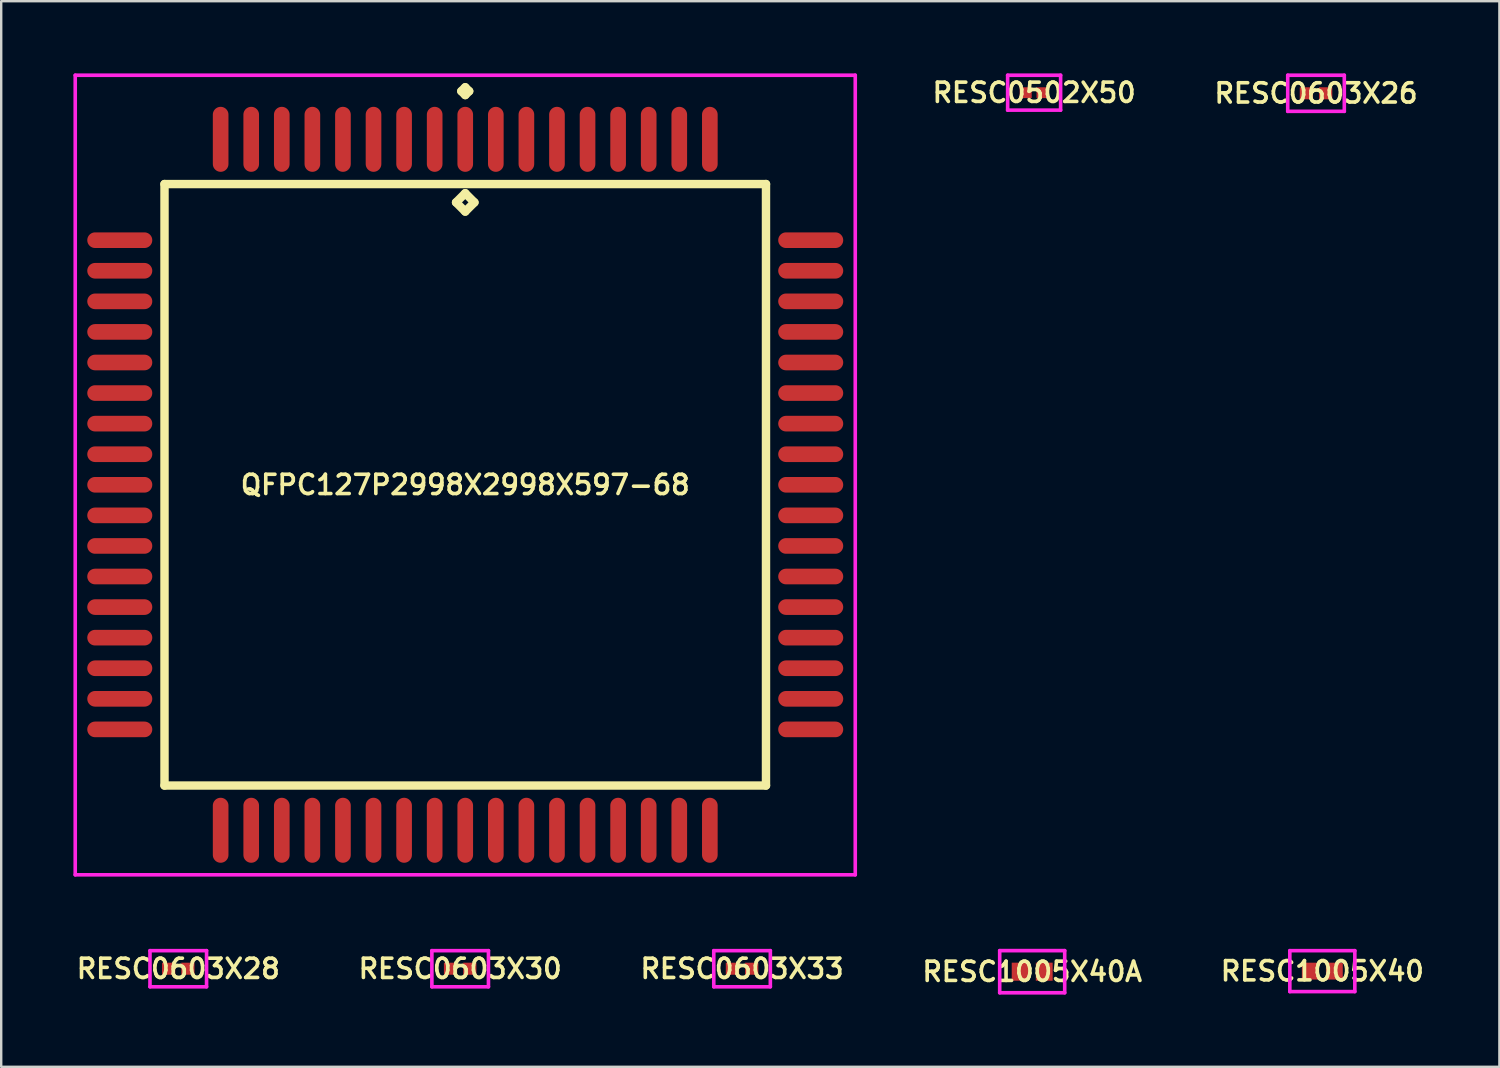
<source format=kicad_pcb>
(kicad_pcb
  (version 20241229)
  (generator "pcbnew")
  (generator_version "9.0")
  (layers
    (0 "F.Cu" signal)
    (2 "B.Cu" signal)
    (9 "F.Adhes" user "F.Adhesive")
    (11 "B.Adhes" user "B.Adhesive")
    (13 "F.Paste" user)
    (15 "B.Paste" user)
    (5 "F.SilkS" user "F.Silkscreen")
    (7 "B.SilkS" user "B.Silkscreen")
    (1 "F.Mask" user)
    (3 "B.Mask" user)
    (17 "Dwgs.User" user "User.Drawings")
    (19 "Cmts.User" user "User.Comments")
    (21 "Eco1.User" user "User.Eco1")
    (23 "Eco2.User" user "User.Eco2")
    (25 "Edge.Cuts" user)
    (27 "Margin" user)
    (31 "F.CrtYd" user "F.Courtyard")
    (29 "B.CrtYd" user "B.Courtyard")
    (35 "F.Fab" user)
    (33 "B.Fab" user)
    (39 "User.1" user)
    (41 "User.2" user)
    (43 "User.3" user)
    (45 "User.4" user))
  (footprint "QFPC127P2998X2998X597-68"
    (layer "F.Cu")
    (at 16.275 17.087)
    (property "Reference" "QFPC127P2998X2998X597-68" (at 0 0 0) (layer "F.SilkS") (effects (font (size 0.8 0.8) (thickness 0.15))))
    (attr smd)
    (fp_line (start -12.492 -12.492) (end -12.492 12.492) (stroke (width 0.35) (type solid)) (layer "F.SilkS"))
    (fp_line (start -12.492 12.492) (end 12.492 12.492) (stroke (width 0.35) (type solid)) (layer "F.SilkS"))
    (fp_line (start -0.381 -11.73) (end 0 -12.111) (stroke (width 0.35) (type solid)) (layer "F.SilkS"))
    (fp_line (start -0.163 -16.35) (end 0 -16.512) (stroke (width 0.35) (type solid)) (layer "F.SilkS"))
    (fp_line (start 0 -16.512) (end 0.163 -16.35) (stroke (width 0.35) (type solid)) (layer "F.SilkS"))
    (fp_line (start 0 -16.188) (end -0.163 -16.35) (stroke (width 0.35) (type solid)) (layer "F.SilkS"))
    (fp_line (start 0 -12.111) (end 0.381 -11.73) (stroke (width 0.35) (type solid)) (layer "F.SilkS"))
    (fp_line (start 0 -11.349) (end -0.381 -11.73) (stroke (width 0.35) (type solid)) (layer "F.SilkS"))
    (fp_line (start 0.163 -16.35) (end 0 -16.188) (stroke (width 0.35) (type solid)) (layer "F.SilkS"))
    (fp_line (start 0.381 -11.73) (end 0 -11.349) (stroke (width 0.35) (type solid)) (layer "F.SilkS"))
    (fp_line (start 12.492 -12.492) (end -12.492 -12.492) (stroke (width 0.35) (type solid)) (layer "F.SilkS"))
    (fp_line (start 12.492 12.492) (end 12.492 -12.492) (stroke (width 0.35) (type solid)) (layer "F.SilkS"))
    (fp_line (start -16.2 -17.012) (end 16.2 -17.012) (stroke (width 0.15) (type solid)) (layer "F.CrtYd"))
    (fp_line (start -16.2 16.2) (end -16.2 -17.012) (stroke (width 0.15) (type solid)) (layer "F.CrtYd"))
    (fp_line (start 16.2 -17.012) (end 16.2 16.2) (stroke (width 0.15) (type solid)) (layer "F.CrtYd"))
    (fp_line (start 16.2 16.2) (end -16.2 16.2) (stroke (width 0.15) (type solid)) (layer "F.CrtYd"))
    (pad "1" smd oval (at 0 -14.35) (size 0.65 2.7) (layers "F.Cu" "F.Mask" "F.Paste"))
    (pad "2" smd oval (at -1.27 -14.35) (size 0.65 2.7) (layers "F.Cu" "F.Mask" "F.Paste"))
    (pad "3" smd oval (at -2.54 -14.35) (size 0.65 2.7) (layers "F.Cu" "F.Mask" "F.Paste"))
    (pad "4" smd oval (at -3.81 -14.35) (size 0.65 2.7) (layers "F.Cu" "F.Mask" "F.Paste"))
    (pad "5" smd oval (at -5.08 -14.35) (size 0.65 2.7) (layers "F.Cu" "F.Mask" "F.Paste"))
    (pad "6" smd oval (at -6.35 -14.35) (size 0.65 2.7) (layers "F.Cu" "F.Mask" "F.Paste"))
    (pad "7" smd oval (at -7.62 -14.35) (size 0.65 2.7) (layers "F.Cu" "F.Mask" "F.Paste"))
    (pad "8" smd oval (at -8.89 -14.35) (size 0.65 2.7) (layers "F.Cu" "F.Mask" "F.Paste"))
    (pad "9" smd oval (at -10.16 -14.35) (size 0.65 2.7) (layers "F.Cu" "F.Mask" "F.Paste"))
    (pad "10" smd oval (at -14.35 -10.16) (size 2.7 0.65) (layers "F.Cu" "F.Mask" "F.Paste"))
    (pad "11" smd oval (at -14.35 -8.89) (size 2.7 0.65) (layers "F.Cu" "F.Mask" "F.Paste"))
    (pad "12" smd oval (at -14.35 -7.62) (size 2.7 0.65) (layers "F.Cu" "F.Mask" "F.Paste"))
    (pad "13" smd oval (at -14.35 -6.35) (size 2.7 0.65) (layers "F.Cu" "F.Mask" "F.Paste"))
    (pad "14" smd oval (at -14.35 -5.08) (size 2.7 0.65) (layers "F.Cu" "F.Mask" "F.Paste"))
    (pad "15" smd oval (at -14.35 -3.81) (size 2.7 0.65) (layers "F.Cu" "F.Mask" "F.Paste"))
    (pad "16" smd oval (at -14.35 -2.54) (size 2.7 0.65) (layers "F.Cu" "F.Mask" "F.Paste"))
    (pad "17" smd oval (at -14.35 -1.27) (size 2.7 0.65) (layers "F.Cu" "F.Mask" "F.Paste"))
    (pad "18" smd oval (at -14.35 0) (size 2.7 0.65) (layers "F.Cu" "F.Mask" "F.Paste"))
    (pad "19" smd oval (at -14.35 1.27) (size 2.7 0.65) (layers "F.Cu" "F.Mask" "F.Paste"))
    (pad "20" smd oval (at -14.35 2.54) (size 2.7 0.65) (layers "F.Cu" "F.Mask" "F.Paste"))
    (pad "21" smd oval (at -14.35 3.81) (size 2.7 0.65) (layers "F.Cu" "F.Mask" "F.Paste"))
    (pad "22" smd oval (at -14.35 5.08) (size 2.7 0.65) (layers "F.Cu" "F.Mask" "F.Paste"))
    (pad "23" smd oval (at -14.35 6.35) (size 2.7 0.65) (layers "F.Cu" "F.Mask" "F.Paste"))
    (pad "24" smd oval (at -14.35 7.62) (size 2.7 0.65) (layers "F.Cu" "F.Mask" "F.Paste"))
    (pad "25" smd oval (at -14.35 8.89) (size 2.7 0.65) (layers "F.Cu" "F.Mask" "F.Paste"))
    (pad "26" smd oval (at -14.35 10.16) (size 2.7 0.65) (layers "F.Cu" "F.Mask" "F.Paste"))
    (pad "27" smd oval (at -10.16 14.35) (size 0.65 2.7) (layers "F.Cu" "F.Mask" "F.Paste"))
    (pad "28" smd oval (at -8.89 14.35) (size 0.65 2.7) (layers "F.Cu" "F.Mask" "F.Paste"))
    (pad "29" smd oval (at -7.62 14.35) (size 0.65 2.7) (layers "F.Cu" "F.Mask" "F.Paste"))
    (pad "30" smd oval (at -6.35 14.35) (size 0.65 2.7) (layers "F.Cu" "F.Mask" "F.Paste"))
    (pad "31" smd oval (at -5.08 14.35) (size 0.65 2.7) (layers "F.Cu" "F.Mask" "F.Paste"))
    (pad "32" smd oval (at -3.81 14.35) (size 0.65 2.7) (layers "F.Cu" "F.Mask" "F.Paste"))
    (pad "33" smd oval (at -2.54 14.35) (size 0.65 2.7) (layers "F.Cu" "F.Mask" "F.Paste"))
    (pad "34" smd oval (at -1.27 14.35) (size 0.65 2.7) (layers "F.Cu" "F.Mask" "F.Paste"))
    (pad "35" smd oval (at 0 14.35) (size 0.65 2.7) (layers "F.Cu" "F.Mask" "F.Paste"))
    (pad "36" smd oval (at 1.27 14.35) (size 0.65 2.7) (layers "F.Cu" "F.Mask" "F.Paste"))
    (pad "37" smd oval (at 2.54 14.35) (size 0.65 2.7) (layers "F.Cu" "F.Mask" "F.Paste"))
    (pad "38" smd oval (at 3.81 14.35) (size 0.65 2.7) (layers "F.Cu" "F.Mask" "F.Paste"))
    (pad "39" smd oval (at 5.08 14.35) (size 0.65 2.7) (layers "F.Cu" "F.Mask" "F.Paste"))
    (pad "40" smd oval (at 6.35 14.35) (size 0.65 2.7) (layers "F.Cu" "F.Mask" "F.Paste"))
    (pad "41" smd oval (at 7.62 14.35) (size 0.65 2.7) (layers "F.Cu" "F.Mask" "F.Paste"))
    (pad "42" smd oval (at 8.89 14.35) (size 0.65 2.7) (layers "F.Cu" "F.Mask" "F.Paste"))
    (pad "43" smd oval (at 10.16 14.35) (size 0.65 2.7) (layers "F.Cu" "F.Mask" "F.Paste"))
    (pad "44" smd oval (at 14.35 10.16) (size 2.7 0.65) (layers "F.Cu" "F.Mask" "F.Paste"))
    (pad "45" smd oval (at 14.35 8.89) (size 2.7 0.65) (layers "F.Cu" "F.Mask" "F.Paste"))
    (pad "46" smd oval (at 14.35 7.62) (size 2.7 0.65) (layers "F.Cu" "F.Mask" "F.Paste"))
    (pad "47" smd oval (at 14.35 6.35) (size 2.7 0.65) (layers "F.Cu" "F.Mask" "F.Paste"))
    (pad "48" smd oval (at 14.35 5.08) (size 2.7 0.65) (layers "F.Cu" "F.Mask" "F.Paste"))
    (pad "49" smd oval (at 14.35 3.81) (size 2.7 0.65) (layers "F.Cu" "F.Mask" "F.Paste"))
    (pad "50" smd oval (at 14.35 2.54) (size 2.7 0.65) (layers "F.Cu" "F.Mask" "F.Paste"))
    (pad "51" smd oval (at 14.35 1.27) (size 2.7 0.65) (layers "F.Cu" "F.Mask" "F.Paste"))
    (pad "52" smd oval (at 14.35 0) (size 2.7 0.65) (layers "F.Cu" "F.Mask" "F.Paste"))
    (pad "53" smd oval (at 14.35 -1.27) (size 2.7 0.65) (layers "F.Cu" "F.Mask" "F.Paste"))
    (pad "54" smd oval (at 14.35 -2.54) (size 2.7 0.65) (layers "F.Cu" "F.Mask" "F.Paste"))
    (pad "55" smd oval (at 14.35 -3.81) (size 2.7 0.65) (layers "F.Cu" "F.Mask" "F.Paste"))
    (pad "56" smd oval (at 14.35 -5.08) (size 2.7 0.65) (layers "F.Cu" "F.Mask" "F.Paste"))
    (pad "57" smd oval (at 14.35 -6.35) (size 2.7 0.65) (layers "F.Cu" "F.Mask" "F.Paste"))
    (pad "58" smd oval (at 14.35 -7.62) (size 2.7 0.65) (layers "F.Cu" "F.Mask" "F.Paste"))
    (pad "59" smd oval (at 14.35 -8.89) (size 2.7 0.65) (layers "F.Cu" "F.Mask" "F.Paste"))
    (pad "60" smd oval (at 14.35 -10.16) (size 2.7 0.65) (layers "F.Cu" "F.Mask" "F.Paste"))
    (pad "61" smd oval (at 10.16 -14.35) (size 0.65 2.7) (layers "F.Cu" "F.Mask" "F.Paste"))
    (pad "62" smd oval (at 8.89 -14.35) (size 0.65 2.7) (layers "F.Cu" "F.Mask" "F.Paste"))
    (pad "63" smd oval (at 7.62 -14.35) (size 0.65 2.7) (layers "F.Cu" "F.Mask" "F.Paste"))
    (pad "64" smd oval (at 6.35 -14.35) (size 0.65 2.7) (layers "F.Cu" "F.Mask" "F.Paste"))
    (pad "65" smd oval (at 5.08 -14.35) (size 0.65 2.7) (layers "F.Cu" "F.Mask" "F.Paste"))
    (pad "66" smd oval (at 3.81 -14.35) (size 0.65 2.7) (layers "F.Cu" "F.Mask" "F.Paste"))
    (pad "67" smd oval (at 2.54 -14.35) (size 0.65 2.7) (layers "F.Cu" "F.Mask" "F.Paste"))
    (pad "68" smd oval (at 1.27 -14.35) (size 0.65 2.7) (layers "F.Cu" "F.Mask" "F.Paste")))
  (footprint "RESC0502X50"
    (layer "F.Cu")
    (at 39.905 0.8)
    (property "Reference" "RESC0502X50" (at 0 0 0) (layer "F.SilkS") (effects (font (size 0.8 0.8) (thickness 0.15))))
    (attr smd)
    (fp_line (start -1.1 -0.725) (end 1.1 -0.725) (stroke (width 0.15) (type solid)) (layer "F.CrtYd"))
    (fp_line (start -1.1 0.725) (end -1.1 -0.725) (stroke (width 0.15) (type solid)) (layer "F.CrtYd"))
    (fp_line (start 1.1 -0.725) (end 1.1 0.725) (stroke (width 0.15) (type solid)) (layer "F.CrtYd"))
    (fp_line (start 1.1 0.725) (end -1.1 0.725) (stroke (width 0.15) (type solid)) (layer "F.CrtYd"))
    (pad "1" smd rect (at -0.35 0) (size 0.5 0.45) (layers "F.Cu" "F.Mask" "F.Paste"))
    (pad "2" smd rect (at 0.35 0) (size 0.5 0.45) (layers "F.Cu" "F.Mask" "F.Paste")))
  (footprint "RESC1005X40"
    (layer "F.Cu")
    (at 51.876 37.288)
    (property "Reference" "RESC1005X40" (at 0 0 0) (layer "F.SilkS") (effects (font (size 0.8 0.8) (thickness 0.15))))
    (attr smd)
    (fp_line (start -1.35 -0.85) (end 1.35 -0.85) (stroke (width 0.15) (type solid)) (layer "F.CrtYd"))
    (fp_line (start -1.35 0.85) (end -1.35 -0.85) (stroke (width 0.15) (type solid)) (layer "F.CrtYd"))
    (fp_line (start 1.35 -0.85) (end 1.35 0.85) (stroke (width 0.15) (type solid)) (layer "F.CrtYd"))
    (fp_line (start 1.35 0.85) (end -1.35 0.85) (stroke (width 0.15) (type solid)) (layer "F.CrtYd"))
    (pad "1" smd rect (at -0.5 0) (size 0.7 0.7) (layers "F.Cu" "F.Mask" "F.Paste"))
    (pad "2" smd rect (at 0.5 0) (size 0.7 0.7) (layers "F.Cu" "F.Mask" "F.Paste")))
  (footprint "RESC0603X26"
    (layer "F.Cu")
    (at 51.614 0.825)
    (property "Reference" "RESC0603X26" (at 0 0 0) (layer "F.SilkS") (effects (font (size 0.8 0.8) (thickness 0.15))))
    (attr smd)
    (fp_line (start -1.175 -0.75) (end 1.175 -0.75) (stroke (width 0.15) (type solid)) (layer "F.CrtYd"))
    (fp_line (start -1.175 0.75) (end -1.175 -0.75) (stroke (width 0.15) (type solid)) (layer "F.CrtYd"))
    (fp_line (start 1.175 -0.75) (end 1.175 0.75) (stroke (width 0.15) (type solid)) (layer "F.CrtYd"))
    (fp_line (start 1.175 0.75) (end -1.175 0.75) (stroke (width 0.15) (type solid)) (layer "F.CrtYd"))
    (pad "1" smd rect (at -0.4 0) (size 0.55 0.5) (layers "F.Cu" "F.Mask" "F.Paste"))
    (pad "2" smd rect (at 0.4 0) (size 0.55 0.5) (layers "F.Cu" "F.Mask" "F.Paste")))
  (footprint "RESC0603X30"
    (layer "F.Cu")
    (at 16.064 37.188)
    (property "Reference" "RESC0603X30" (at 0 0 0) (layer "F.SilkS") (effects (font (size 0.8 0.8) (thickness 0.15))))
    (attr smd)
    (fp_line (start -1.175 -0.75) (end 1.175 -0.75) (stroke (width 0.15) (type solid)) (layer "F.CrtYd"))
    (fp_line (start -1.175 0.75) (end -1.175 -0.75) (stroke (width 0.15) (type solid)) (layer "F.CrtYd"))
    (fp_line (start 1.175 -0.75) (end 1.175 0.75) (stroke (width 0.15) (type solid)) (layer "F.CrtYd"))
    (fp_line (start 1.175 0.75) (end -1.175 0.75) (stroke (width 0.15) (type solid)) (layer "F.CrtYd"))
    (pad "1" smd rect (at -0.4 0) (size 0.55 0.5) (layers "F.Cu" "F.Mask" "F.Paste"))
    (pad "2" smd rect (at 0.4 0) (size 0.55 0.5) (layers "F.Cu" "F.Mask" "F.Paste")))
  (footprint "RESC1005X40A"
    (layer "F.Cu")
    (at 39.825 37.312)
    (property "Reference" "RESC1005X40A" (at 0 0 0) (layer "F.SilkS") (effects (font (size 0.8 0.8) (thickness 0.15))))
    (attr smd)
    (fp_line (start -1.35 -0.875) (end 1.35 -0.875) (stroke (width 0.15) (type solid)) (layer "F.CrtYd"))
    (fp_line (start -1.35 0.875) (end -1.35 -0.875) (stroke (width 0.15) (type solid)) (layer "F.CrtYd"))
    (fp_line (start 1.35 -0.875) (end 1.35 0.875) (stroke (width 0.15) (type solid)) (layer "F.CrtYd"))
    (fp_line (start 1.35 0.875) (end -1.35 0.875) (stroke (width 0.15) (type solid)) (layer "F.CrtYd"))
    (pad "1" smd rect (at -0.5 0) (size 0.7 0.75) (layers "F.Cu" "F.Mask" "F.Paste"))
    (pad "2" smd rect (at 0.5 0) (size 0.7 0.75) (layers "F.Cu" "F.Mask" "F.Paste")))
  (footprint "RESC0603X33"
    (layer "F.Cu")
    (at 27.773 37.188)
    (property "Reference" "RESC0603X33" (at 0 0 0) (layer "F.SilkS") (effects (font (size 0.8 0.8) (thickness 0.15))))
    (attr smd)
    (fp_line (start -1.175 -0.75) (end 1.175 -0.75) (stroke (width 0.15) (type solid)) (layer "F.CrtYd"))
    (fp_line (start -1.175 0.75) (end -1.175 -0.75) (stroke (width 0.15) (type solid)) (layer "F.CrtYd"))
    (fp_line (start 1.175 -0.75) (end 1.175 0.75) (stroke (width 0.15) (type solid)) (layer "F.CrtYd"))
    (fp_line (start 1.175 0.75) (end -1.175 0.75) (stroke (width 0.15) (type solid)) (layer "F.CrtYd"))
    (pad "1" smd rect (at -0.4 0) (size 0.55 0.5) (layers "F.Cu" "F.Mask" "F.Paste"))
    (pad "2" smd rect (at 0.4 0) (size 0.55 0.5) (layers "F.Cu" "F.Mask" "F.Paste")))
  (footprint "RESC0603X28"
    (layer "F.Cu")
    (at 4.355 37.188)
    (property "Reference" "RESC0603X28" (at 0 0 0) (layer "F.SilkS") (effects (font (size 0.8 0.8) (thickness 0.15))))
    (attr smd)
    (fp_line (start -1.175 -0.75) (end 1.175 -0.75) (stroke (width 0.15) (type solid)) (layer "F.CrtYd"))
    (fp_line (start -1.175 0.75) (end -1.175 -0.75) (stroke (width 0.15) (type solid)) (layer "F.CrtYd"))
    (fp_line (start 1.175 -0.75) (end 1.175 0.75) (stroke (width 0.15) (type solid)) (layer "F.CrtYd"))
    (fp_line (start 1.175 0.75) (end -1.175 0.75) (stroke (width 0.15) (type solid)) (layer "F.CrtYd"))
    (pad "1" smd rect (at -0.4 0) (size 0.55 0.5) (layers "F.Cu" "F.Mask" "F.Paste"))
    (pad "2" smd rect (at 0.4 0) (size 0.55 0.5) (layers "F.Cu" "F.Mask" "F.Paste")))
  (gr_rect
    (start -3 -3)
    (end 59.231 41.263)
    (stroke (width 0.1) (type default))
    (fill no)
    (layer "Edge.Cuts")))
</source>
